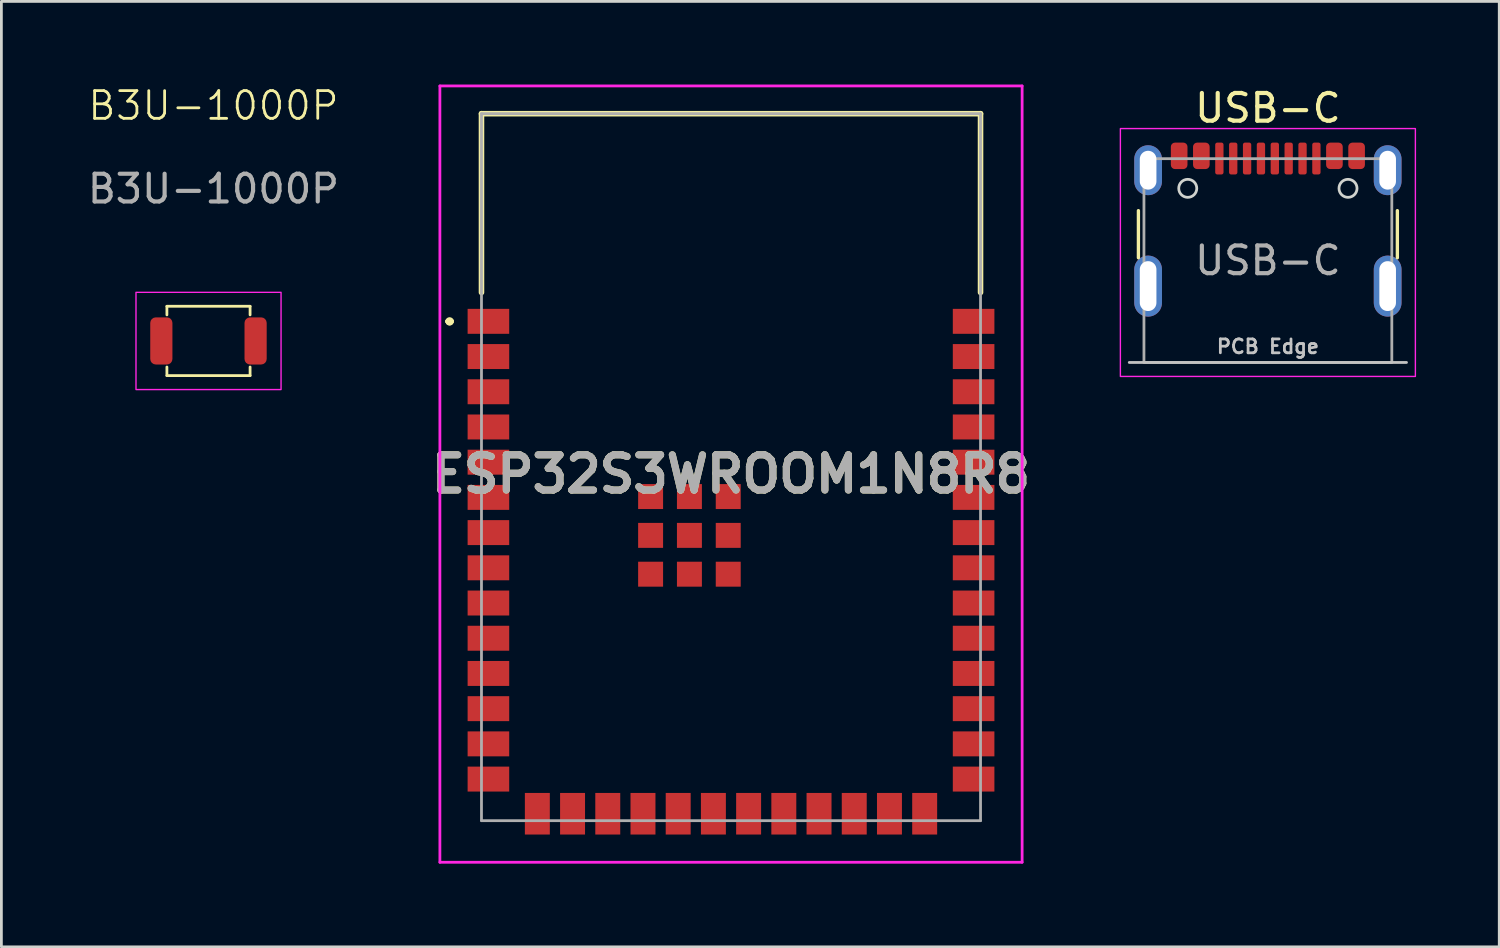
<source format=kicad_pcb>
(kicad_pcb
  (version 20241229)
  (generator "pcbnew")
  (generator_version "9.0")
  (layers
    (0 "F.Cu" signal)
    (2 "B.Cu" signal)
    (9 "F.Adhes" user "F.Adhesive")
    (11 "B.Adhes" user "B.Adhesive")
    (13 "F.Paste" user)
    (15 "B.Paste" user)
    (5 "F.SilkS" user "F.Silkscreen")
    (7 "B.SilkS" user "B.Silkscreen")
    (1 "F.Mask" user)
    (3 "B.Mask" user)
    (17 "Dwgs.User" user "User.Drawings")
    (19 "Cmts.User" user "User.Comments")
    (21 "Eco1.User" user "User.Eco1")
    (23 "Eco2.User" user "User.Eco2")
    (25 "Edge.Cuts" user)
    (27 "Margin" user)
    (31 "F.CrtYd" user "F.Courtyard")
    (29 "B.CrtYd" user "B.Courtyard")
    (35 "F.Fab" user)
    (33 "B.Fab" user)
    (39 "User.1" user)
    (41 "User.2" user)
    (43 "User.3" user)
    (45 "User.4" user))
  (footprint "B3U-1000P"
    (layer "F.Cu")
    (at 4.471 9.247)
    (property "Reference" "B3U-1000P" (at 0.178 -8.486 0) (unlocked yes) (layer "F.SilkS") (effects (font (size 1 1) (thickness 0.1))))
    (attr smd)
    (fp_line (start -1.501 -1.25) (end 1.499 -1.25) (stroke (width 0.1) (type default)) (layer "F.SilkS"))
    (fp_line (start -1.501 -0.94) (end -1.501 -1.25) (stroke (width 0.1) (type default)) (layer "F.SilkS"))
    (fp_line (start -1.501 1.25) (end -1.501 0.94) (stroke (width 0.1) (type default)) (layer "F.SilkS"))
    (fp_line (start 1.499 -1.25) (end 1.499 -0.94) (stroke (width 0.1) (type default)) (layer "F.SilkS"))
    (fp_line (start 1.499 1.25) (end -1.501 1.25) (stroke (width 0.1) (type default)) (layer "F.SilkS"))
    (fp_line (start 1.499 1.25) (end 1.499 0.94) (stroke (width 0.1) (type default)) (layer "F.SilkS"))
    (fp_rect (start -2.616 -1.753) (end 2.616 1.753) (stroke (width 0.05) (type default)) (fill no) (layer "F.CrtYd"))
    (fp_text user "${REFERENCE}" (at 0.178 -5.486 0) (unlocked yes) (layer "F.Fab") (effects (font (size 1 1) (thickness 0.15))))
    (pad "1" smd roundrect (at -1.702 0) (size 0.8 1.7) (layers "F.Cu" "F.Mask" "F.Paste") (roundrect_rratio 0.25))
    (pad "2" smd roundrect (at 1.698 0) (size 0.8 1.7) (layers "F.Cu" "F.Mask" "F.Paste") (roundrect_rratio 0.25)))
  (footprint "USB-C"
    (layer "F.Cu")
    (at 42.68 6.348)
    (property "Reference" "USB-C" (at 0 -5.5 0) (unlocked yes) (layer "F.SilkS") (effects (font (size 1 1) (thickness 0.15))))
    (attr smd)
    (fp_line (start -4.67 -0.1) (end -4.67 -1.8) (stroke (width 0.12) (type solid)) (layer "F.SilkS"))
    (fp_line (start 4.67 -0.1) (end 4.67 -1.8) (stroke (width 0.12) (type solid)) (layer "F.SilkS"))
    (fp_line (start 5 3.675) (end -5 3.675) (stroke (width 0.1) (type solid)) (layer "Dwgs.User"))
    (fp_circle (center -2.89 -2.605) (end -2.565 -2.605) (stroke (width 0.1) (type default)) (fill no) (layer "Edge.Cuts"))
    (fp_circle (center 2.89 -2.605) (end 3.215 -2.605) (stroke (width 0.1) (type default)) (fill no) (layer "Edge.Cuts"))
    (fp_rect (start -5.32 -4.76) (end 5.32 4.18) (stroke (width 0.05) (type solid)) (fill no) (layer "F.CrtYd"))
    (fp_rect (start -4.47 -3.675) (end 4.47 3.675) (stroke (width 0.1) (type solid)) (fill no) (layer "F.Fab"))
    (fp_text user "PCB Edge" (at 0 3.1 0) (unlocked yes) (layer "Dwgs.User") (effects (font (size 0.5 0.5) (thickness 0.1))))
    (fp_text user "${REFERENCE}" (at 0 0 0) (unlocked yes) (layer "F.Fab") (effects (font (size 1 1) (thickness 0.15))))
    (pad "A1" smd roundrect (at -3.2 -3.777) (size 0.6 0.955) (layers "F.Cu" "F.Mask" "F.Paste") (roundrect_rratio 0.25))
    (pad "A4" smd roundrect (at -2.4 -3.777) (size 0.6 0.955) (layers "F.Cu" "F.Mask" "F.Paste") (roundrect_rratio 0.25))
    (pad "A5" smd roundrect (at -1.25 -3.68) (size 0.3 1.15) (layers "F.Cu" "F.Mask" "F.Paste") (roundrect_rratio 0.25))
    (pad "A6" smd roundrect (at -0.25 -3.68) (size 0.3 1.15) (layers "F.Cu" "F.Mask" "F.Paste") (roundrect_rratio 0.25))
    (pad "A7" smd roundrect (at 0.25 -3.68) (size 0.3 1.15) (layers "F.Cu" "F.Mask" "F.Paste") (roundrect_rratio 0.25))
    (pad "A8" smd roundrect (at 1.25 -3.68) (size 0.3 1.15) (layers "F.Cu" "F.Mask" "F.Paste") (roundrect_rratio 0.25))
    (pad "A9" smd roundrect (at 2.4 -3.777) (size 0.6 0.955) (layers "F.Cu" "F.Mask" "F.Paste") (roundrect_rratio 0.25))
    (pad "A12" smd roundrect (at 3.2 -3.777) (size 0.6 0.955) (layers "F.Cu" "F.Mask" "F.Paste") (roundrect_rratio 0.25))
    (pad "B5" smd roundrect (at 1.75 -3.68) (size 0.3 1.15) (layers "F.Cu" "F.Mask" "F.Paste") (roundrect_rratio 0.25))
    (pad "B6" smd roundrect (at 0.75 -3.68) (size 0.3 1.15) (layers "F.Cu" "F.Mask" "F.Paste") (roundrect_rratio 0.25))
    (pad "B7" smd roundrect (at -0.75 -3.68) (size 0.3 1.15) (layers "F.Cu" "F.Mask" "F.Paste") (roundrect_rratio 0.25))
    (pad "B8" smd roundrect (at -1.75 -3.68) (size 0.3 1.15) (layers "F.Cu" "F.Mask" "F.Paste") (roundrect_rratio 0.25))
    (pad "S1" thru_hole oval (at -4.32 -3.259 180) (size 1 1.8) (drill oval 0.6 1.4) (layers "*.Cu" "*.Mask" "F.Paste"))
    (pad "S1" thru_hole oval (at -4.32 0.921 180) (size 1 2.2) (drill oval 0.6 1.8) (layers "*.Cu" "*.Mask" "F.Paste"))
    (pad "S1" thru_hole oval (at 4.32 -3.259 180) (size 1 1.8) (drill oval 0.6 1.4) (layers "*.Cu" "*.Mask" "F.Paste"))
    (pad "S1" thru_hole oval (at 4.32 0.921 180) (size 1 2.2) (drill oval 0.6 1.8) (layers "*.Cu" "*.Mask" "F.Paste")))
  (footprint "ESP32S3WROOM1N8R8"
    (layer "F.Cu")
    (at 23.316 13.8)
    (property "Reference" "ESP32S3WROOM1N8R8" (at 0 0.25 0) (layer "F.SilkS") (effects (font (size 1.27 1.27) (thickness 0.254))))
    (attr smd)
    (fp_line (start -10.2 -5.26) (end -10.2 -5.26) (stroke (width 0.2) (type solid)) (layer "F.SilkS"))
    (fp_line (start -10.2 -5.26) (end -10.2 -5.26) (stroke (width 0.2) (type solid)) (layer "F.SilkS"))
    (fp_line (start -10.1 -5.26) (end -10.1 -5.26) (stroke (width 0.2) (type solid)) (layer "F.SilkS"))
    (fp_line (start -9 -12.75) (end 9 -12.75) (stroke (width 0.2) (type solid)) (layer "F.SilkS"))
    (fp_line (start -9 -6.3) (end -9 -12.75) (stroke (width 0.2) (type solid)) (layer "F.SilkS"))
    (fp_line (start 9 -12.75) (end 9 -6.3) (stroke (width 0.2) (type solid)) (layer "F.SilkS"))
    (fp_arc (start -10.2 -5.26) (mid -10.15 -5.31) (end -10.1 -5.26) (stroke (width 0.2) (type solid)) (layer "F.SilkS"))
    (fp_arc (start -10.1 -5.26) (mid -10.15 -5.21) (end -10.2 -5.26) (stroke (width 0.2) (type solid)) (layer "F.SilkS"))
    (fp_arc (start -10.1 -5.26) (mid -10.15 -5.21) (end -10.2 -5.26) (stroke (width 0.2) (type solid)) (layer "F.SilkS"))
    (fp_line (start -10.5 -13.75) (end 10.5 -13.75) (stroke (width 0.1) (type solid)) (layer "F.CrtYd"))
    (fp_line (start -10.5 14.25) (end -10.5 -13.75) (stroke (width 0.1) (type solid)) (layer "F.CrtYd"))
    (fp_line (start 10.5 -13.75) (end 10.5 14.25) (stroke (width 0.1) (type solid)) (layer "F.CrtYd"))
    (fp_line (start 10.5 14.25) (end -10.5 14.25) (stroke (width 0.1) (type solid)) (layer "F.CrtYd"))
    (fp_line (start -9 -12.75) (end 9 -12.75) (stroke (width 0.1) (type solid)) (layer "F.Fab"))
    (fp_line (start -9 12.75) (end -9 -12.75) (stroke (width 0.1) (type solid)) (layer "F.Fab"))
    (fp_line (start 9 -12.75) (end 9 12.75) (stroke (width 0.1) (type solid)) (layer "F.Fab"))
    (fp_line (start 9 12.75) (end -9 12.75) (stroke (width 0.1) (type solid)) (layer "F.Fab"))
    (fp_text user "${REFERENCE}" (at 0 0.25 0) (layer "F.Fab") (effects (font (size 1.27 1.27) (thickness 0.254))))
    (pad "1" smd rect (at -8.75 -5.26 90) (size 0.9 1.5) (layers "F.Cu" "F.Mask" "F.Paste"))
    (pad "2" smd rect (at -8.75 -3.99 90) (size 0.9 1.5) (layers "F.Cu" "F.Mask" "F.Paste"))
    (pad "3" smd rect (at -8.75 -2.72 90) (size 0.9 1.5) (layers "F.Cu" "F.Mask" "F.Paste"))
    (pad "4" smd rect (at -8.75 -1.45 90) (size 0.9 1.5) (layers "F.Cu" "F.Mask" "F.Paste"))
    (pad "5" smd rect (at -8.75 -0.18 90) (size 0.9 1.5) (layers "F.Cu" "F.Mask" "F.Paste"))
    (pad "6" smd rect (at -8.75 1.09 90) (size 0.9 1.5) (layers "F.Cu" "F.Mask" "F.Paste"))
    (pad "7" smd rect (at -8.75 2.36 90) (size 0.9 1.5) (layers "F.Cu" "F.Mask" "F.Paste"))
    (pad "8" smd rect (at -8.75 3.63 90) (size 0.9 1.5) (layers "F.Cu" "F.Mask" "F.Paste"))
    (pad "9" smd rect (at -8.75 4.9 90) (size 0.9 1.5) (layers "F.Cu" "F.Mask" "F.Paste"))
    (pad "10" smd rect (at -8.75 6.17 90) (size 0.9 1.5) (layers "F.Cu" "F.Mask" "F.Paste"))
    (pad "11" smd rect (at -8.75 7.44 90) (size 0.9 1.5) (layers "F.Cu" "F.Mask" "F.Paste"))
    (pad "12" smd rect (at -8.75 8.71 90) (size 0.9 1.5) (layers "F.Cu" "F.Mask" "F.Paste"))
    (pad "13" smd rect (at -8.75 9.98 90) (size 0.9 1.5) (layers "F.Cu" "F.Mask" "F.Paste"))
    (pad "14" smd rect (at -8.75 11.25 90) (size 0.9 1.5) (layers "F.Cu" "F.Mask" "F.Paste"))
    (pad "15" smd rect (at -6.985 12.5) (size 0.9 1.5) (layers "F.Cu" "F.Mask" "F.Paste"))
    (pad "16" smd rect (at -5.715 12.5) (size 0.9 1.5) (layers "F.Cu" "F.Mask" "F.Paste"))
    (pad "17" smd rect (at -4.445 12.5) (size 0.9 1.5) (layers "F.Cu" "F.Mask" "F.Paste"))
    (pad "18" smd rect (at -3.175 12.5) (size 0.9 1.5) (layers "F.Cu" "F.Mask" "F.Paste"))
    (pad "19" smd rect (at -1.905 12.5) (size 0.9 1.5) (layers "F.Cu" "F.Mask" "F.Paste"))
    (pad "20" smd rect (at -0.635 12.5) (size 0.9 1.5) (layers "F.Cu" "F.Mask" "F.Paste"))
    (pad "21" smd rect (at 0.635 12.5) (size 0.9 1.5) (layers "F.Cu" "F.Mask" "F.Paste"))
    (pad "22" smd rect (at 1.905 12.5) (size 0.9 1.5) (layers "F.Cu" "F.Mask" "F.Paste"))
    (pad "23" smd rect (at 3.175 12.5) (size 0.9 1.5) (layers "F.Cu" "F.Mask" "F.Paste"))
    (pad "24" smd rect (at 4.445 12.5) (size 0.9 1.5) (layers "F.Cu" "F.Mask" "F.Paste"))
    (pad "25" smd rect (at 5.715 12.5) (size 0.9 1.5) (layers "F.Cu" "F.Mask" "F.Paste"))
    (pad "26" smd rect (at 6.985 12.5) (size 0.9 1.5) (layers "F.Cu" "F.Mask" "F.Paste"))
    (pad "27" smd rect (at 8.75 11.25 90) (size 0.9 1.5) (layers "F.Cu" "F.Mask" "F.Paste"))
    (pad "28" smd rect (at 8.75 9.98 90) (size 0.9 1.5) (layers "F.Cu" "F.Mask" "F.Paste"))
    (pad "29" smd rect (at 8.75 8.71 90) (size 0.9 1.5) (layers "F.Cu" "F.Mask" "F.Paste"))
    (pad "30" smd rect (at 8.75 7.44 90) (size 0.9 1.5) (layers "F.Cu" "F.Mask" "F.Paste"))
    (pad "31" smd rect (at 8.75 6.17 90) (size 0.9 1.5) (layers "F.Cu" "F.Mask" "F.Paste"))
    (pad "32" smd rect (at 8.75 4.9 90) (size 0.9 1.5) (layers "F.Cu" "F.Mask" "F.Paste"))
    (pad "33" smd rect (at 8.75 3.63 90) (size 0.9 1.5) (layers "F.Cu" "F.Mask" "F.Paste"))
    (pad "34" smd rect (at 8.75 2.36 90) (size 0.9 1.5) (layers "F.Cu" "F.Mask" "F.Paste"))
    (pad "35" smd rect (at 8.75 1.09 90) (size 0.9 1.5) (layers "F.Cu" "F.Mask" "F.Paste"))
    (pad "36" smd rect (at 8.75 -0.18 90) (size 0.9 1.5) (layers "F.Cu" "F.Mask" "F.Paste"))
    (pad "37" smd rect (at 8.75 -1.45 90) (size 0.9 1.5) (layers "F.Cu" "F.Mask" "F.Paste"))
    (pad "38" smd rect (at 8.75 -2.72 90) (size 0.9 1.5) (layers "F.Cu" "F.Mask" "F.Paste"))
    (pad "39" smd rect (at 8.75 -3.99 90) (size 0.9 1.5) (layers "F.Cu" "F.Mask" "F.Paste"))
    (pad "40" smd rect (at 8.75 -5.26 90) (size 0.9 1.5) (layers "F.Cu" "F.Mask" "F.Paste"))
    (pad "41" smd rect (at -1.5 2.46) (size 0.9 0.9) (layers "F.Cu" "F.Mask" "F.Paste"))
    (pad "42" smd rect (at -1.5 1.06) (size 0.9 0.9) (layers "F.Cu" "F.Mask" "F.Paste"))
    (pad "43" smd rect (at -2.9 1.06) (size 0.9 0.9) (layers "F.Cu" "F.Mask" "F.Paste"))
    (pad "44" smd rect (at -2.9 2.46) (size 0.9 0.9) (layers "F.Cu" "F.Mask" "F.Paste"))
    (pad "45" smd rect (at -2.9 3.86) (size 0.9 0.9) (layers "F.Cu" "F.Mask" "F.Paste"))
    (pad "46" smd rect (at -1.5 3.86) (size 0.9 0.9) (layers "F.Cu" "F.Mask" "F.Paste"))
    (pad "47" smd rect (at -0.1 3.86) (size 0.9 0.9) (layers "F.Cu" "F.Mask" "F.Paste"))
    (pad "48" smd rect (at -0.1 2.46) (size 0.9 0.9) (layers "F.Cu" "F.Mask" "F.Paste"))
    (pad "49" smd rect (at -0.1 1.06) (size 0.9 0.9) (layers "F.Cu" "F.Mask" "F.Paste")))
  (gr_rect
    (start -3 -3)
    (end 51.025 31.1)
    (stroke (width 0.1) (type default))
    (fill no)
    (layer "Edge.Cuts")))
</source>
